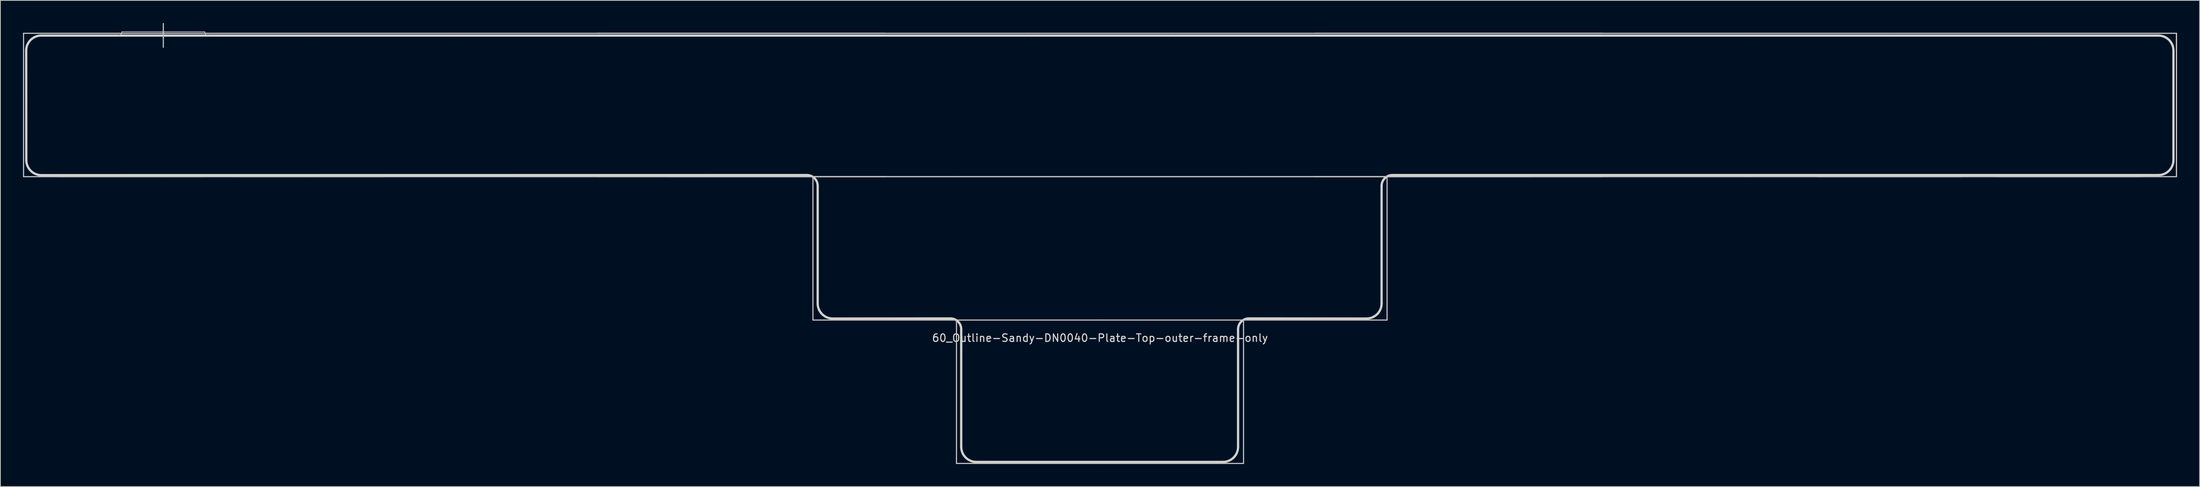
<source format=kicad_pcb>
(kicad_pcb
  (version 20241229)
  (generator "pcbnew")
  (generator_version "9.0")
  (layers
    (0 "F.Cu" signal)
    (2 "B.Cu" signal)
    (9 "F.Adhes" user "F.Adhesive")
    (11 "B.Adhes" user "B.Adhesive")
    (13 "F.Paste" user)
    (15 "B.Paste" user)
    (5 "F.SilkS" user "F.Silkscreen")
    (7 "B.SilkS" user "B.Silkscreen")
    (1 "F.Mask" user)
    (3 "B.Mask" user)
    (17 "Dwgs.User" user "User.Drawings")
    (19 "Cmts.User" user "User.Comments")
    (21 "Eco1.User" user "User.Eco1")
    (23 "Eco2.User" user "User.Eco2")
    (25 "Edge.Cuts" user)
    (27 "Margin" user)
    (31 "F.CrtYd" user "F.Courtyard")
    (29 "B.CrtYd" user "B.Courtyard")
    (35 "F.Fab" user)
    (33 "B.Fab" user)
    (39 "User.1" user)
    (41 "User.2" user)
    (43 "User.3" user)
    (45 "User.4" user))
  (footprint "60_Outline-Sandy-DN0040-Plate-Top-outer-frame-only"
    (layer "F.Cu")
    (at 142.95 20.425)
    (property "Reference" "60_Outline-Sandy-DN0040-Plate-Top-outer-frame-only" (at 0 21.431 0) (layer "Edge.Cuts") (effects (font (size 1 1) (thickness 0.15))))
    (attr through_hole)
    (fp_line (start -142.875 -19.05) (end -123.825 -19.05) (stroke (width 0.15) (type solid)) (layer "Dwgs.User"))
    (fp_line (start -142.875 0) (end -142.875 -19.05) (stroke (width 0.15) (type solid)) (layer "Dwgs.User"))
    (fp_line (start -138.113 0) (end -119.062 0) (stroke (width 0.15) (type solid)) (layer "Dwgs.User"))
    (fp_line (start -129.825 -19.25) (end -118.825 -19.25) (stroke (width 0.1) (type solid)) (layer "Dwgs.User"))
    (fp_line (start -124.325 -20.35) (end -124.325 -17.2) (stroke (width 0.15) (type solid)) (layer "Dwgs.User"))
    (fp_line (start -123.825 -19.05) (end -104.775 -19.05) (stroke (width 0.15) (type solid)) (layer "Dwgs.User"))
    (fp_line (start -123.825 0) (end -142.875 0) (stroke (width 0.15) (type solid)) (layer "Dwgs.User"))
    (fp_line (start -114.3 0) (end -95.25 0) (stroke (width 0.15) (type solid)) (layer "Dwgs.User"))
    (fp_line (start -104.775 -19.05) (end -85.725 -19.05) (stroke (width 0.15) (type solid)) (layer "Dwgs.User"))
    (fp_line (start -104.775 0) (end -123.825 0) (stroke (width 0.15) (type solid)) (layer "Dwgs.User"))
    (fp_line (start -85.725 -19.05) (end -66.675 -19.05) (stroke (width 0.15) (type solid)) (layer "Dwgs.User"))
    (fp_line (start -85.725 0) (end -104.775 0) (stroke (width 0.15) (type solid)) (layer "Dwgs.User"))
    (fp_line (start -66.675 -19.05) (end -47.625 -19.05) (stroke (width 0.15) (type solid)) (layer "Dwgs.User"))
    (fp_line (start -66.675 -19.05) (end -47.625 -19.05) (stroke (width 0.15) (type solid)) (layer "Dwgs.User"))
    (fp_line (start -66.675 0) (end -85.725 0) (stroke (width 0.15) (type solid)) (layer "Dwgs.User"))
    (fp_line (start -57.15 0) (end -38.1 0) (stroke (width 0.15) (type solid)) (layer "Dwgs.User"))
    (fp_line (start -47.625 -19.05) (end -28.575 -19.05) (stroke (width 0.15) (type solid)) (layer "Dwgs.User"))
    (fp_line (start -47.625 -19.05) (end -28.575 -19.05) (stroke (width 0.15) (type solid)) (layer "Dwgs.User"))
    (fp_line (start -47.625 0) (end -66.675 0) (stroke (width 0.15) (type solid)) (layer "Dwgs.User"))
    (fp_line (start -47.625 0) (end -66.675 0) (stroke (width 0.15) (type solid)) (layer "Dwgs.User"))
    (fp_line (start -38.1 0) (end -19.05 0) (stroke (width 0.15) (type solid)) (layer "Dwgs.User"))
    (fp_line (start -38.1 19.05) (end -38.1 0) (stroke (width 0.15) (type solid)) (layer "Dwgs.User"))
    (fp_line (start -28.575 -19.05) (end -9.525 -19.05) (stroke (width 0.15) (type solid)) (layer "Dwgs.User"))
    (fp_line (start -28.575 0) (end -47.625 0) (stroke (width 0.15) (type solid)) (layer "Dwgs.User"))
    (fp_line (start -28.575 0) (end -47.625 0) (stroke (width 0.15) (type solid)) (layer "Dwgs.User"))
    (fp_line (start -19.05 0) (end 0 0) (stroke (width 0.15) (type solid)) (layer "Dwgs.User"))
    (fp_line (start -19.05 19.05) (end -38.1 19.05) (stroke (width 0.15) (type solid)) (layer "Dwgs.User"))
    (fp_line (start -19.05 38.1) (end -19.05 19.05) (stroke (width 0.15) (type solid)) (layer "Dwgs.User"))
    (fp_line (start -9.525 -19.05) (end 9.525 -19.05) (stroke (width 0.15) (type solid)) (layer "Dwgs.User"))
    (fp_line (start -9.525 0) (end -28.575 0) (stroke (width 0.15) (type solid)) (layer "Dwgs.User"))
    (fp_line (start 0 0) (end 19.05 0) (stroke (width 0.15) (type solid)) (layer "Dwgs.User"))
    (fp_line (start 0 19.05) (end -19.05 19.05) (stroke (width 0.15) (type solid)) (layer "Dwgs.User"))
    (fp_line (start 0 38.1) (end -19.05 38.1) (stroke (width 0.15) (type solid)) (layer "Dwgs.User"))
    (fp_line (start 9.525 -19.05) (end 28.575 -19.05) (stroke (width 0.15) (type solid)) (layer "Dwgs.User"))
    (fp_line (start 9.525 0) (end -9.525 0) (stroke (width 0.15) (type solid)) (layer "Dwgs.User"))
    (fp_line (start 19.05 0) (end 38.1 0) (stroke (width 0.15) (type solid)) (layer "Dwgs.User"))
    (fp_line (start 19.05 19.05) (end 0 19.05) (stroke (width 0.15) (type solid)) (layer "Dwgs.User"))
    (fp_line (start 19.05 38.1) (end 0 38.1) (stroke (width 0.15) (type solid)) (layer "Dwgs.User"))
    (fp_line (start 19.05 38.1) (end 19.05 19.05) (stroke (width 0.15) (type solid)) (layer "Dwgs.User"))
    (fp_line (start 28.575 -19.05) (end 47.625 -19.05) (stroke (width 0.15) (type solid)) (layer "Dwgs.User"))
    (fp_line (start 28.575 -19.05) (end 47.625 -19.05) (stroke (width 0.15) (type solid)) (layer "Dwgs.User"))
    (fp_line (start 28.575 0) (end 9.525 0) (stroke (width 0.15) (type solid)) (layer "Dwgs.User"))
    (fp_line (start 38.1 0) (end 38.1 19.05) (stroke (width 0.15) (type solid)) (layer "Dwgs.User"))
    (fp_line (start 38.1 0) (end 57.15 0) (stroke (width 0.15) (type solid)) (layer "Dwgs.User"))
    (fp_line (start 38.1 19.05) (end 19.05 19.05) (stroke (width 0.15) (type solid)) (layer "Dwgs.User"))
    (fp_line (start 47.625 -19.05) (end 66.675 -19.05) (stroke (width 0.15) (type solid)) (layer "Dwgs.User"))
    (fp_line (start 47.625 -19.05) (end 66.675 -19.05) (stroke (width 0.15) (type solid)) (layer "Dwgs.User"))
    (fp_line (start 47.625 0) (end 28.575 0) (stroke (width 0.15) (type solid)) (layer "Dwgs.User"))
    (fp_line (start 47.625 0) (end 28.575 0) (stroke (width 0.15) (type solid)) (layer "Dwgs.User"))
    (fp_line (start 66.675 -19.05) (end 85.725 -19.05) (stroke (width 0.15) (type solid)) (layer "Dwgs.User"))
    (fp_line (start 66.675 0) (end 47.625 0) (stroke (width 0.15) (type solid)) (layer "Dwgs.User"))
    (fp_line (start 66.675 0) (end 47.625 0) (stroke (width 0.15) (type solid)) (layer "Dwgs.User"))
    (fp_line (start 85.725 -19.05) (end 104.775 -19.05) (stroke (width 0.15) (type solid)) (layer "Dwgs.User"))
    (fp_line (start 85.725 0) (end 66.675 0) (stroke (width 0.15) (type solid)) (layer "Dwgs.User"))
    (fp_line (start 95.25 0) (end 114.3 0) (stroke (width 0.15) (type solid)) (layer "Dwgs.User"))
    (fp_line (start 104.775 -19.05) (end 123.825 -19.05) (stroke (width 0.15) (type solid)) (layer "Dwgs.User"))
    (fp_line (start 104.775 0) (end 85.725 0) (stroke (width 0.15) (type solid)) (layer "Dwgs.User"))
    (fp_line (start 119.062 0) (end 138.113 0) (stroke (width 0.15) (type solid)) (layer "Dwgs.User"))
    (fp_line (start 123.825 -19.05) (end 142.875 -19.05) (stroke (width 0.15) (type solid)) (layer "Dwgs.User"))
    (fp_line (start 123.825 0) (end 104.775 0) (stroke (width 0.15) (type solid)) (layer "Dwgs.User"))
    (fp_line (start 142.875 -19.05) (end 142.875 0) (stroke (width 0.15) (type solid)) (layer "Dwgs.User"))
    (fp_line (start 142.875 -19.05) (end 142.875 0) (stroke (width 0.15) (type solid)) (layer "Dwgs.User"))
    (fp_line (start 142.875 0) (end 123.825 0) (stroke (width 0.15) (type solid)) (layer "Dwgs.User"))
    (fp_arc (start -129.825 -19.25004) (mid -129.971447 -18.896487) (end -130.325 -18.75004) (stroke (width 0.1) (type solid)) (layer "Dwgs.User"))
    (fp_arc (start -118.325 -18.75004) (mid -118.678553 -18.896487) (end -118.825 -19.25004) (stroke (width 0.1) (type solid)) (layer "Dwgs.User"))
    (fp_line (start -142.511 -2.203) (end -142.525 -16.75) (stroke (width 0.3) (type solid)) (layer "Edge.Cuts"))
    (fp_line (start -140.511 -0.203) (end -38.907 -0.214) (stroke (width 0.3) (type solid)) (layer "Edge.Cuts"))
    (fp_line (start -37.471 16.85) (end -37.471 1.221) (stroke (width 0.3) (type solid)) (layer "Edge.Cuts"))
    (fp_line (start -35.471 18.85) (end -19.857 18.836) (stroke (width 0.3) (type solid)) (layer "Edge.Cuts"))
    (fp_line (start -18.421 35.9) (end -18.421 20.271) (stroke (width 0.3) (type solid)) (layer "Edge.Cuts"))
    (fp_line (start -16.421 37.9) (end 16.325 37.9) (stroke (width 0.3) (type solid)) (layer "Edge.Cuts"))
    (fp_line (start 18.325 35.9) (end 18.325 20.271) (stroke (width 0.3) (type solid)) (layer "Edge.Cuts"))
    (fp_line (start 19.761 18.836) (end 35.375 18.85) (stroke (width 0.3) (type solid)) (layer "Edge.Cuts"))
    (fp_line (start 37.375 16.85) (end 37.375 1.221) (stroke (width 0.3) (type solid)) (layer "Edge.Cuts"))
    (fp_line (start 38.811 -0.214) (end 140.475 -0.214) (stroke (width 0.3) (type solid)) (layer "Edge.Cuts"))
    (fp_line (start 140.475 -18.75) (end -140.525 -18.75) (stroke (width 0.3) (type solid)) (layer "Edge.Cuts"))
    (fp_line (start 142.475 -2.214) (end 142.475 -16.75) (stroke (width 0.3) (type solid)) (layer "Edge.Cuts"))
    (fp_arc (start -142.525 -16.75004) (mid -141.939214 -18.164254) (end -140.525 -18.75004) (stroke (width 0.3) (type solid)) (layer "Edge.Cuts"))
    (fp_arc (start -140.510786 -0.203468) (mid -141.925 -0.789254) (end -142.510786 -2.203468) (stroke (width 0.3) (type solid)) (layer "Edge.Cuts"))
    (fp_arc (start -38.906532 -0.214254) (mid -37.891306 0.206266) (end -37.470786 1.221492) (stroke (width 0.3) (type solid)) (layer "Edge.Cuts"))
    (fp_arc (start -35.470786 18.84996) (mid -36.885 18.264174) (end -37.470786 16.84996) (stroke (width 0.3) (type solid)) (layer "Edge.Cuts"))
    (fp_arc (start -19.856532 18.835746) (mid -18.841306 19.256266) (end -18.420786 20.271492) (stroke (width 0.3) (type solid)) (layer "Edge.Cuts"))
    (fp_arc (start -16.420786 37.89996) (mid -17.835 37.314174) (end -18.420786 35.89996) (stroke (width 0.3) (type solid)) (layer "Edge.Cuts"))
    (fp_arc (start 18.325 20.271492) (mid 18.745534 19.25628) (end 19.760746 18.835746) (stroke (width 0.3) (type solid)) (layer "Edge.Cuts"))
    (fp_arc (start 18.325 35.89996) (mid 17.739208 37.314168) (end 16.325 37.89996) (stroke (width 0.3) (type solid)) (layer "Edge.Cuts"))
    (fp_arc (start 37.375 1.221492) (mid 37.79552 0.206266) (end 38.810746 -0.214254) (stroke (width 0.3) (type solid)) (layer "Edge.Cuts"))
    (fp_arc (start 37.375 16.84996) (mid 36.789208 18.264168) (end 35.375 18.84996) (stroke (width 0.3) (type solid)) (layer "Edge.Cuts"))
    (fp_arc (start 140.475 -18.75004) (mid 141.889239 -18.164282) (end 142.475 -16.75004) (stroke (width 0.3) (type solid)) (layer "Edge.Cuts"))
    (fp_arc (start 142.475 -2.214254) (mid 141.889203 -0.800035) (end 140.475 -0.214254) (stroke (width 0.3) (type solid)) (layer "Edge.Cuts")))
  (gr_rect
    (start -3 -3)
    (end 288.9 61.6)
    (stroke (width 0.1) (type default))
    (fill no)
    (layer "Edge.Cuts")))
</source>
